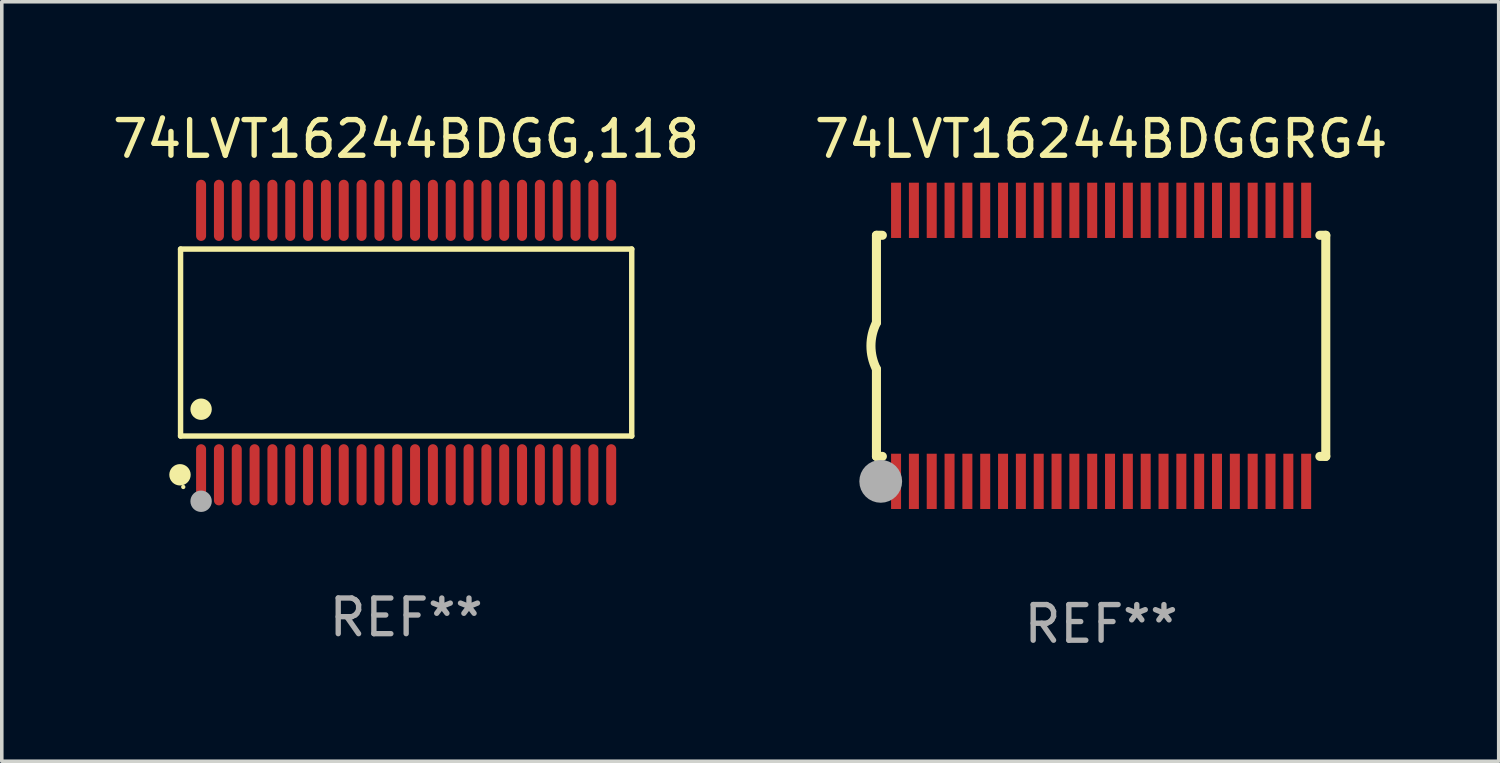
<source format=kicad_pcb>
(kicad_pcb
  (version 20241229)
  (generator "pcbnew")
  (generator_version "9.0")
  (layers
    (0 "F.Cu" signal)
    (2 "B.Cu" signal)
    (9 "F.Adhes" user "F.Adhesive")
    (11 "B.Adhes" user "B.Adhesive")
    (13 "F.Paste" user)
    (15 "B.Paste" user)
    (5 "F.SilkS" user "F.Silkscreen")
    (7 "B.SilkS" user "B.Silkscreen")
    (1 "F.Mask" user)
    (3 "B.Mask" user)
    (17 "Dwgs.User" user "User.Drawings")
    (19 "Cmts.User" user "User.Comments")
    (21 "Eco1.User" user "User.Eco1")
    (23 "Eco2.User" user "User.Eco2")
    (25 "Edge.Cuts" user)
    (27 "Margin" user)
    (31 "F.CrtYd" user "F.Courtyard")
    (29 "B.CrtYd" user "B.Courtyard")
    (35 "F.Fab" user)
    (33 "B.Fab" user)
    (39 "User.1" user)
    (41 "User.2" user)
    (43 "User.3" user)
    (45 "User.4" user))
  (footprint "74LVT16244BDGGRG4"
    (layer "F.Cu")
    (at 27.827 6.648)
    (property "Reference" "74LVT16244BDGGRG4" (at 0 -5.8 0) (layer "F.SilkS") (effects (font (size 1 1) (thickness 0.15))))
    (attr through_hole)
    (fp_line (start -6.3 -3.1) (end -6.3 -0.65) (stroke (width 0.254) (type solid)) (layer "F.SilkS"))
    (fp_line (start -6.3 -3.1) (end -6.134 -3.1) (stroke (width 0.254) (type solid)) (layer "F.SilkS"))
    (fp_line (start -6.3 3.1) (end -6.3 0.65) (stroke (width 0.254) (type solid)) (layer "F.SilkS"))
    (fp_line (start -6.3 3.1) (end -6.134 3.1) (stroke (width 0.254) (type solid)) (layer "F.SilkS"))
    (fp_line (start 6.134 -3.1) (end 6.3 -3.1) (stroke (width 0.254) (type solid)) (layer "F.SilkS"))
    (fp_line (start 6.134 3.1) (end 6.3 3.1) (stroke (width 0.254) (type solid)) (layer "F.SilkS"))
    (fp_line (start 6.3 -3.1) (end 6.3 3.1) (stroke (width 0.254) (type solid)) (layer "F.SilkS"))
    (fp_arc (start -6.301016 0.650114) (mid -6.45413 -0.000082) (end -6.3 -0.650038) (stroke (width 0.254001) (type solid)) (layer "F.SilkS"))
    (fp_circle (center -6.35 3.81) (end -6.223 3.81) (stroke (width 0.254) (type solid)) (fill no) (layer "F.SilkS"))
    (fp_circle (center -6.25 4.05) (end -6.22 4.05) (stroke (width 0.06) (type solid)) (fill no) (layer "F.SilkS"))
    (fp_circle (center -6.18 3.8) (end -5.88 3.8) (stroke (width 0.6) (type solid)) (fill no) (layer "F.Fab"))
    (fp_text user "REF**" (at 0 7.8 0) (layer "F.Fab") (effects (font (size 1 1) (thickness 0.15))))
    (pad "1" smd rect (at -5.75 3.8) (size 0.28 1.55) (layers "F.Cu" "F.Mask" "F.Paste"))
    (pad "2" smd rect (at -5.25 3.8) (size 0.28 1.55) (layers "F.Cu" "F.Mask" "F.Paste"))
    (pad "3" smd rect (at -4.75 3.8) (size 0.28 1.55) (layers "F.Cu" "F.Mask" "F.Paste"))
    (pad "4" smd rect (at -4.25 3.8) (size 0.28 1.55) (layers "F.Cu" "F.Mask" "F.Paste"))
    (pad "5" smd rect (at -3.75 3.8) (size 0.28 1.55) (layers "F.Cu" "F.Mask" "F.Paste"))
    (pad "6" smd rect (at -3.25 3.8) (size 0.28 1.55) (layers "F.Cu" "F.Mask" "F.Paste"))
    (pad "7" smd rect (at -2.75 3.8) (size 0.28 1.55) (layers "F.Cu" "F.Mask" "F.Paste"))
    (pad "8" smd rect (at -2.25 3.8) (size 0.28 1.55) (layers "F.Cu" "F.Mask" "F.Paste"))
    (pad "9" smd rect (at -1.75 3.8) (size 0.28 1.55) (layers "F.Cu" "F.Mask" "F.Paste"))
    (pad "10" smd rect (at -1.25 3.8) (size 0.28 1.55) (layers "F.Cu" "F.Mask" "F.Paste"))
    (pad "11" smd rect (at -0.75 3.8) (size 0.28 1.55) (layers "F.Cu" "F.Mask" "F.Paste"))
    (pad "12" smd rect (at -0.25 3.8) (size 0.28 1.55) (layers "F.Cu" "F.Mask" "F.Paste"))
    (pad "13" smd rect (at 0.25 3.8) (size 0.28 1.55) (layers "F.Cu" "F.Mask" "F.Paste"))
    (pad "14" smd rect (at 0.75 3.8) (size 0.28 1.55) (layers "F.Cu" "F.Mask" "F.Paste"))
    (pad "15" smd rect (at 1.25 3.8) (size 0.28 1.55) (layers "F.Cu" "F.Mask" "F.Paste"))
    (pad "16" smd rect (at 1.75 3.8) (size 0.28 1.55) (layers "F.Cu" "F.Mask" "F.Paste"))
    (pad "17" smd rect (at 2.25 3.8) (size 0.28 1.55) (layers "F.Cu" "F.Mask" "F.Paste"))
    (pad "18" smd rect (at 2.75 3.8) (size 0.28 1.55) (layers "F.Cu" "F.Mask" "F.Paste"))
    (pad "19" smd rect (at 3.25 3.8) (size 0.28 1.55) (layers "F.Cu" "F.Mask" "F.Paste"))
    (pad "20" smd rect (at 3.75 3.8) (size 0.28 1.55) (layers "F.Cu" "F.Mask" "F.Paste"))
    (pad "21" smd rect (at 4.25 3.8) (size 0.28 1.55) (layers "F.Cu" "F.Mask" "F.Paste"))
    (pad "22" smd rect (at 4.75 3.8) (size 0.28 1.55) (layers "F.Cu" "F.Mask" "F.Paste"))
    (pad "23" smd rect (at 5.25 3.8) (size 0.28 1.55) (layers "F.Cu" "F.Mask" "F.Paste"))
    (pad "24" smd rect (at 5.75 3.8) (size 0.28 1.55) (layers "F.Cu" "F.Mask" "F.Paste"))
    (pad "25" smd rect (at 5.75 -3.8) (size 0.28 1.55) (layers "F.Cu" "F.Mask" "F.Paste"))
    (pad "26" smd rect (at 5.25 -3.8) (size 0.28 1.55) (layers "F.Cu" "F.Mask" "F.Paste"))
    (pad "27" smd rect (at 4.75 -3.8) (size 0.28 1.55) (layers "F.Cu" "F.Mask" "F.Paste"))
    (pad "28" smd rect (at 4.25 -3.8) (size 0.28 1.55) (layers "F.Cu" "F.Mask" "F.Paste"))
    (pad "29" smd rect (at 3.75 -3.8) (size 0.28 1.55) (layers "F.Cu" "F.Mask" "F.Paste"))
    (pad "30" smd rect (at 3.25 -3.8) (size 0.28 1.55) (layers "F.Cu" "F.Mask" "F.Paste"))
    (pad "31" smd rect (at 2.75 -3.8) (size 0.28 1.55) (layers "F.Cu" "F.Mask" "F.Paste"))
    (pad "32" smd rect (at 2.25 -3.8) (size 0.28 1.55) (layers "F.Cu" "F.Mask" "F.Paste"))
    (pad "33" smd rect (at 1.75 -3.8) (size 0.28 1.55) (layers "F.Cu" "F.Mask" "F.Paste"))
    (pad "34" smd rect (at 1.25 -3.8) (size 0.28 1.55) (layers "F.Cu" "F.Mask" "F.Paste"))
    (pad "35" smd rect (at 0.75 -3.8) (size 0.28 1.55) (layers "F.Cu" "F.Mask" "F.Paste"))
    (pad "36" smd rect (at 0.25 -3.8) (size 0.28 1.55) (layers "F.Cu" "F.Mask" "F.Paste"))
    (pad "37" smd rect (at -0.25 -3.8) (size 0.28 1.55) (layers "F.Cu" "F.Mask" "F.Paste"))
    (pad "38" smd rect (at -0.75 -3.8) (size 0.28 1.55) (layers "F.Cu" "F.Mask" "F.Paste"))
    (pad "39" smd rect (at -1.25 -3.8) (size 0.28 1.55) (layers "F.Cu" "F.Mask" "F.Paste"))
    (pad "40" smd rect (at -1.75 -3.8) (size 0.28 1.55) (layers "F.Cu" "F.Mask" "F.Paste"))
    (pad "41" smd rect (at -2.25 -3.8) (size 0.28 1.55) (layers "F.Cu" "F.Mask" "F.Paste"))
    (pad "42" smd rect (at -2.75 -3.8) (size 0.28 1.55) (layers "F.Cu" "F.Mask" "F.Paste"))
    (pad "43" smd rect (at -3.25 -3.8) (size 0.28 1.55) (layers "F.Cu" "F.Mask" "F.Paste"))
    (pad "44" smd rect (at -3.75 -3.8) (size 0.28 1.55) (layers "F.Cu" "F.Mask" "F.Paste"))
    (pad "45" smd rect (at -4.25 -3.8) (size 0.28 1.55) (layers "F.Cu" "F.Mask" "F.Paste"))
    (pad "46" smd rect (at -4.75 -3.8) (size 0.28 1.55) (layers "F.Cu" "F.Mask" "F.Paste"))
    (pad "47" smd rect (at -5.25 -3.8) (size 0.28 1.55) (layers "F.Cu" "F.Mask" "F.Paste"))
    (pad "48" smd rect (at -5.75 -3.8) (size 0.28 1.55) (layers "F.Cu" "F.Mask" "F.Paste")))
  (footprint "74LVT16244BDGG,118"
    (layer "F.Cu")
    (at 8.339 6.556)
    (property "Reference" "74LVT16244BDGG,118" (at 0 -5.708 0) (layer "F.SilkS") (effects (font (size 1 1) (thickness 0.15))))
    (attr through_hole)
    (fp_line (start -6.326 -2.622) (end 6.326 -2.622) (stroke (width 0.152) (type solid)) (layer "F.SilkS"))
    (fp_line (start -6.326 2.621) (end -6.326 -2.622) (stroke (width 0.152) (type solid)) (layer "F.SilkS"))
    (fp_line (start 6.326 -2.622) (end 6.326 2.621) (stroke (width 0.152) (type solid)) (layer "F.SilkS"))
    (fp_line (start 6.326 2.621) (end -6.326 2.621) (stroke (width 0.152) (type solid)) (layer "F.SilkS"))
    (fp_circle (center -6.342 3.708) (end -6.192 3.708) (stroke (width 0.3) (type solid)) (fill no) (layer "F.SilkS"))
    (fp_circle (center -6.25 4.05) (end -6.22 4.05) (stroke (width 0.06) (type solid)) (fill no) (layer "F.SilkS"))
    (fp_circle (center -5.75 1.869) (end -5.6 1.869) (stroke (width 0.3) (type solid)) (fill no) (layer "F.SilkS"))
    (fp_circle (center -5.75 4.45) (end -5.6 4.45) (stroke (width 0.3) (type solid)) (fill no) (layer "F.Fab"))
    (fp_text user "REF**" (at 0 7.708 0) (layer "F.Fab") (effects (font (size 1 1) (thickness 0.15))))
    (pad "1" smd oval (at -5.75 3.708) (size 0.28 1.715) (layers "F.Cu" "F.Mask" "F.Paste"))
    (pad "2" smd oval (at -5.25 3.708) (size 0.28 1.715) (layers "F.Cu" "F.Mask" "F.Paste"))
    (pad "3" smd oval (at -4.75 3.708) (size 0.28 1.715) (layers "F.Cu" "F.Mask" "F.Paste"))
    (pad "4" smd oval (at -4.25 3.708) (size 0.28 1.715) (layers "F.Cu" "F.Mask" "F.Paste"))
    (pad "5" smd oval (at -3.75 3.708) (size 0.28 1.715) (layers "F.Cu" "F.Mask" "F.Paste"))
    (pad "6" smd oval (at -3.25 3.708) (size 0.28 1.715) (layers "F.Cu" "F.Mask" "F.Paste"))
    (pad "7" smd oval (at -2.75 3.708) (size 0.28 1.715) (layers "F.Cu" "F.Mask" "F.Paste"))
    (pad "8" smd oval (at -2.25 3.708) (size 0.28 1.715) (layers "F.Cu" "F.Mask" "F.Paste"))
    (pad "9" smd oval (at -1.75 3.708) (size 0.28 1.715) (layers "F.Cu" "F.Mask" "F.Paste"))
    (pad "10" smd oval (at -1.25 3.708) (size 0.28 1.715) (layers "F.Cu" "F.Mask" "F.Paste"))
    (pad "11" smd oval (at -0.75 3.708) (size 0.28 1.715) (layers "F.Cu" "F.Mask" "F.Paste"))
    (pad "12" smd oval (at -0.25 3.708) (size 0.28 1.715) (layers "F.Cu" "F.Mask" "F.Paste"))
    (pad "13" smd oval (at 0.25 3.708) (size 0.28 1.715) (layers "F.Cu" "F.Mask" "F.Paste"))
    (pad "14" smd oval (at 0.75 3.708) (size 0.28 1.715) (layers "F.Cu" "F.Mask" "F.Paste"))
    (pad "15" smd oval (at 1.25 3.708) (size 0.28 1.715) (layers "F.Cu" "F.Mask" "F.Paste"))
    (pad "16" smd oval (at 1.75 3.708) (size 0.28 1.715) (layers "F.Cu" "F.Mask" "F.Paste"))
    (pad "17" smd oval (at 2.25 3.708) (size 0.28 1.715) (layers "F.Cu" "F.Mask" "F.Paste"))
    (pad "18" smd oval (at 2.75 3.708) (size 0.28 1.715) (layers "F.Cu" "F.Mask" "F.Paste"))
    (pad "19" smd oval (at 3.25 3.708) (size 0.28 1.715) (layers "F.Cu" "F.Mask" "F.Paste"))
    (pad "20" smd oval (at 3.75 3.708) (size 0.28 1.715) (layers "F.Cu" "F.Mask" "F.Paste"))
    (pad "21" smd oval (at 4.25 3.708) (size 0.28 1.715) (layers "F.Cu" "F.Mask" "F.Paste"))
    (pad "22" smd oval (at 4.75 3.708) (size 0.28 1.715) (layers "F.Cu" "F.Mask" "F.Paste"))
    (pad "23" smd oval (at 5.25 3.708) (size 0.28 1.715) (layers "F.Cu" "F.Mask" "F.Paste"))
    (pad "24" smd oval (at 5.75 3.708) (size 0.28 1.715) (layers "F.Cu" "F.Mask" "F.Paste"))
    (pad "25" smd oval (at 5.75 -3.708) (size 0.28 1.715) (layers "F.Cu" "F.Mask" "F.Paste"))
    (pad "26" smd oval (at 5.25 -3.708) (size 0.28 1.715) (layers "F.Cu" "F.Mask" "F.Paste"))
    (pad "27" smd oval (at 4.75 -3.708) (size 0.28 1.715) (layers "F.Cu" "F.Mask" "F.Paste"))
    (pad "28" smd oval (at 4.25 -3.708) (size 0.28 1.715) (layers "F.Cu" "F.Mask" "F.Paste"))
    (pad "29" smd oval (at 3.75 -3.708) (size 0.28 1.715) (layers "F.Cu" "F.Mask" "F.Paste"))
    (pad "30" smd oval (at 3.25 -3.708) (size 0.28 1.715) (layers "F.Cu" "F.Mask" "F.Paste"))
    (pad "31" smd oval (at 2.75 -3.708) (size 0.28 1.715) (layers "F.Cu" "F.Mask" "F.Paste"))
    (pad "32" smd oval (at 2.25 -3.708) (size 0.28 1.715) (layers "F.Cu" "F.Mask" "F.Paste"))
    (pad "33" smd oval (at 1.75 -3.708) (size 0.28 1.715) (layers "F.Cu" "F.Mask" "F.Paste"))
    (pad "34" smd oval (at 1.25 -3.708) (size 0.28 1.715) (layers "F.Cu" "F.Mask" "F.Paste"))
    (pad "35" smd oval (at 0.75 -3.708) (size 0.28 1.715) (layers "F.Cu" "F.Mask" "F.Paste"))
    (pad "36" smd oval (at 0.25 -3.708) (size 0.28 1.715) (layers "F.Cu" "F.Mask" "F.Paste"))
    (pad "37" smd oval (at -0.25 -3.708) (size 0.28 1.715) (layers "F.Cu" "F.Mask" "F.Paste"))
    (pad "38" smd oval (at -0.75 -3.708) (size 0.28 1.715) (layers "F.Cu" "F.Mask" "F.Paste"))
    (pad "39" smd oval (at -1.25 -3.708) (size 0.28 1.715) (layers "F.Cu" "F.Mask" "F.Paste"))
    (pad "40" smd oval (at -1.75 -3.708) (size 0.28 1.715) (layers "F.Cu" "F.Mask" "F.Paste"))
    (pad "41" smd oval (at -2.25 -3.708) (size 0.28 1.715) (layers "F.Cu" "F.Mask" "F.Paste"))
    (pad "42" smd oval (at -2.75 -3.708) (size 0.28 1.715) (layers "F.Cu" "F.Mask" "F.Paste"))
    (pad "43" smd oval (at -3.25 -3.708) (size 0.28 1.715) (layers "F.Cu" "F.Mask" "F.Paste"))
    (pad "44" smd oval (at -3.75 -3.708) (size 0.28 1.715) (layers "F.Cu" "F.Mask" "F.Paste"))
    (pad "45" smd oval (at -4.25 -3.708) (size 0.28 1.715) (layers "F.Cu" "F.Mask" "F.Paste"))
    (pad "46" smd oval (at -4.75 -3.708) (size 0.28 1.715) (layers "F.Cu" "F.Mask" "F.Paste"))
    (pad "47" smd oval (at -5.25 -3.708) (size 0.28 1.715) (layers "F.Cu" "F.Mask" "F.Paste"))
    (pad "48" smd oval (at -5.75 -3.708) (size 0.28 1.715) (layers "F.Cu" "F.Mask" "F.Paste")))
  (gr_rect
    (start -3 -3)
    (end 38.976 18.296)
    (stroke (width 0.1) (type default))
    (fill no)
    (layer "Edge.Cuts")))
</source>
